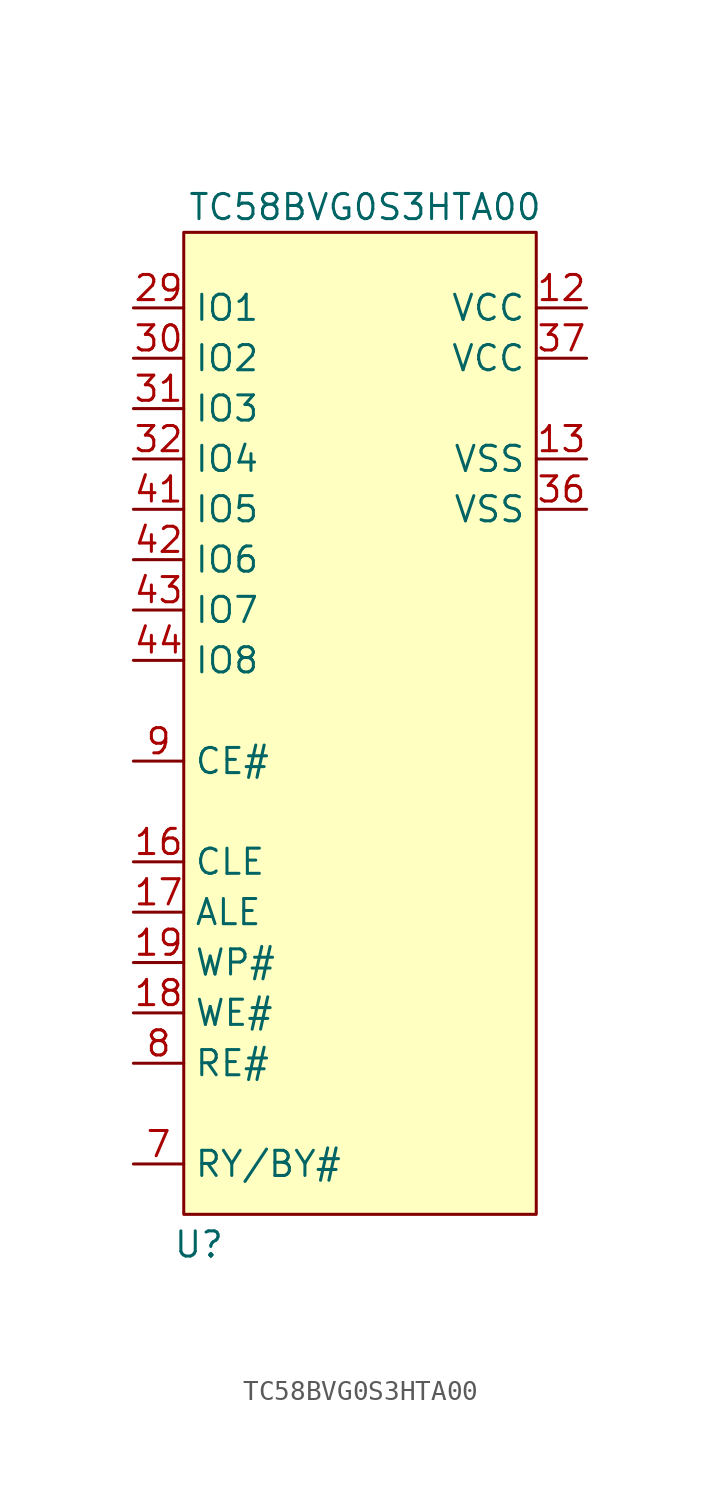
<source format=kicad_sym>
(kicad_symbol_lib
  (version 20241209)
  (generator "kicad_symbol_editor")
  (generator_version "9.0")
  (symbol "TC58BVG0S3HTA00"
    (property "Reference" "U"
      (at 0.762 -1.524 0)
      (effects (font (size 1.27 1.27))))
    (property "Value" "TC58BVG0S3HTA00"
      (at 9.144 50.8 0)
      (effects (font (size 1.27 1.27))))
    (symbol "TC58BVG0S3HTA00_0_0"
      (pin bidirectional line (at -2.54 45.72 0) (length 2.54) (name "IO1" (effects (font (size 1.27 1.27)))) (number "29" (effects (font (size 1.27 1.27)))))
      (pin bidirectional line (at -2.54 43.18 0) (length 2.54) (name "IO2" (effects (font (size 1.27 1.27)))) (number "30" (effects (font (size 1.27 1.27)))))
      (pin bidirectional line (at -2.54 40.64 0) (length 2.54) (name "IO3" (effects (font (size 1.27 1.27)))) (number "31" (effects (font (size 1.27 1.27)))))
      (pin bidirectional line (at -2.54 38.1 0) (length 2.54) (name "IO4" (effects (font (size 1.27 1.27)))) (number "32" (effects (font (size 1.27 1.27)))))
      (pin bidirectional line (at -2.54 35.56 0) (length 2.54) (name "IO5" (effects (font (size 1.27 1.27)))) (number "41" (effects (font (size 1.27 1.27)))))
      (pin bidirectional line (at -2.54 33.02 0) (length 2.54) (name "IO6" (effects (font (size 1.27 1.27)))) (number "42" (effects (font (size 1.27 1.27)))))
      (pin bidirectional line (at -2.54 30.48 0) (length 2.54) (name "IO7" (effects (font (size 1.27 1.27)))) (number "43" (effects (font (size 1.27 1.27)))))
      (pin bidirectional line (at -2.54 27.94 0) (length 2.54) (name "IO8" (effects (font (size 1.27 1.27)))) (number "44" (effects (font (size 1.27 1.27)))))
      (pin input line (at -2.54 22.86 0) (length 2.54) (name "CE#" (effects (font (size 1.27 1.27)))) (number "9" (effects (font (size 1.27 1.27)))))
      (pin input line (at -2.54 17.78 0) (length 2.54) (name "CLE" (effects (font (size 1.27 1.27)))) (number "16" (effects (font (size 1.27 1.27)))))
      (pin input line (at -2.54 15.24 0) (length 2.54) (name "ALE" (effects (font (size 1.27 1.27)))) (number "17" (effects (font (size 1.27 1.27)))))
      (pin input line (at -2.54 12.7 0) (length 2.54) (name "WP#" (effects (font (size 1.27 1.27)))) (number "19" (effects (font (size 1.27 1.27)))))
      (pin input line (at -2.54 10.16 0) (length 2.54) (name "WE#" (effects (font (size 1.27 1.27)))) (number "18" (effects (font (size 1.27 1.27)))))
      (pin input line (at -2.54 7.62 0) (length 2.54) (name "RE#" (effects (font (size 1.27 1.27)))) (number "8" (effects (font (size 1.27 1.27)))))
      (pin power_in line (at 20.32 45.72 180) (length 2.54) (name "VCC" (effects (font (size 1.27 1.27)))) (number "12" (effects (font (size 1.27 1.27)))))
      (pin power_in line (at 20.32 43.18 180) (length 2.54) (name "VCC" (effects (font (size 1.27 1.27)))) (number "37" (effects (font (size 1.27 1.27)))))
      (pin passive line (at 20.32 38.1 180) (length 2.54) (name "VSS" (effects (font (size 1.27 1.27)))) (number "13" (effects (font (size 1.27 1.27)))))
      (pin passive line (at 20.32 35.56 180) (length 2.54) (name "VSS" (effects (font (size 1.27 1.27)))) (number "36" (effects (font (size 1.27 1.27))))))
    (symbol "TC58BVG0S3HTA00_1_0"
      (pin open_collector line (at -2.54 2.54 0) (length 2.54) (name "RY/BY#" (effects (font (size 1.27 1.27)))) (number "7" (effects (font (size 1.27 1.27))))))
    (symbol "TC58BVG0S3HTA00_1_1"
      (rectangle (start 0 49.53) (end 17.78 0) (stroke (width 0) (type solid)) (fill (type color) (color 255 255 194 1))))))
</source>
